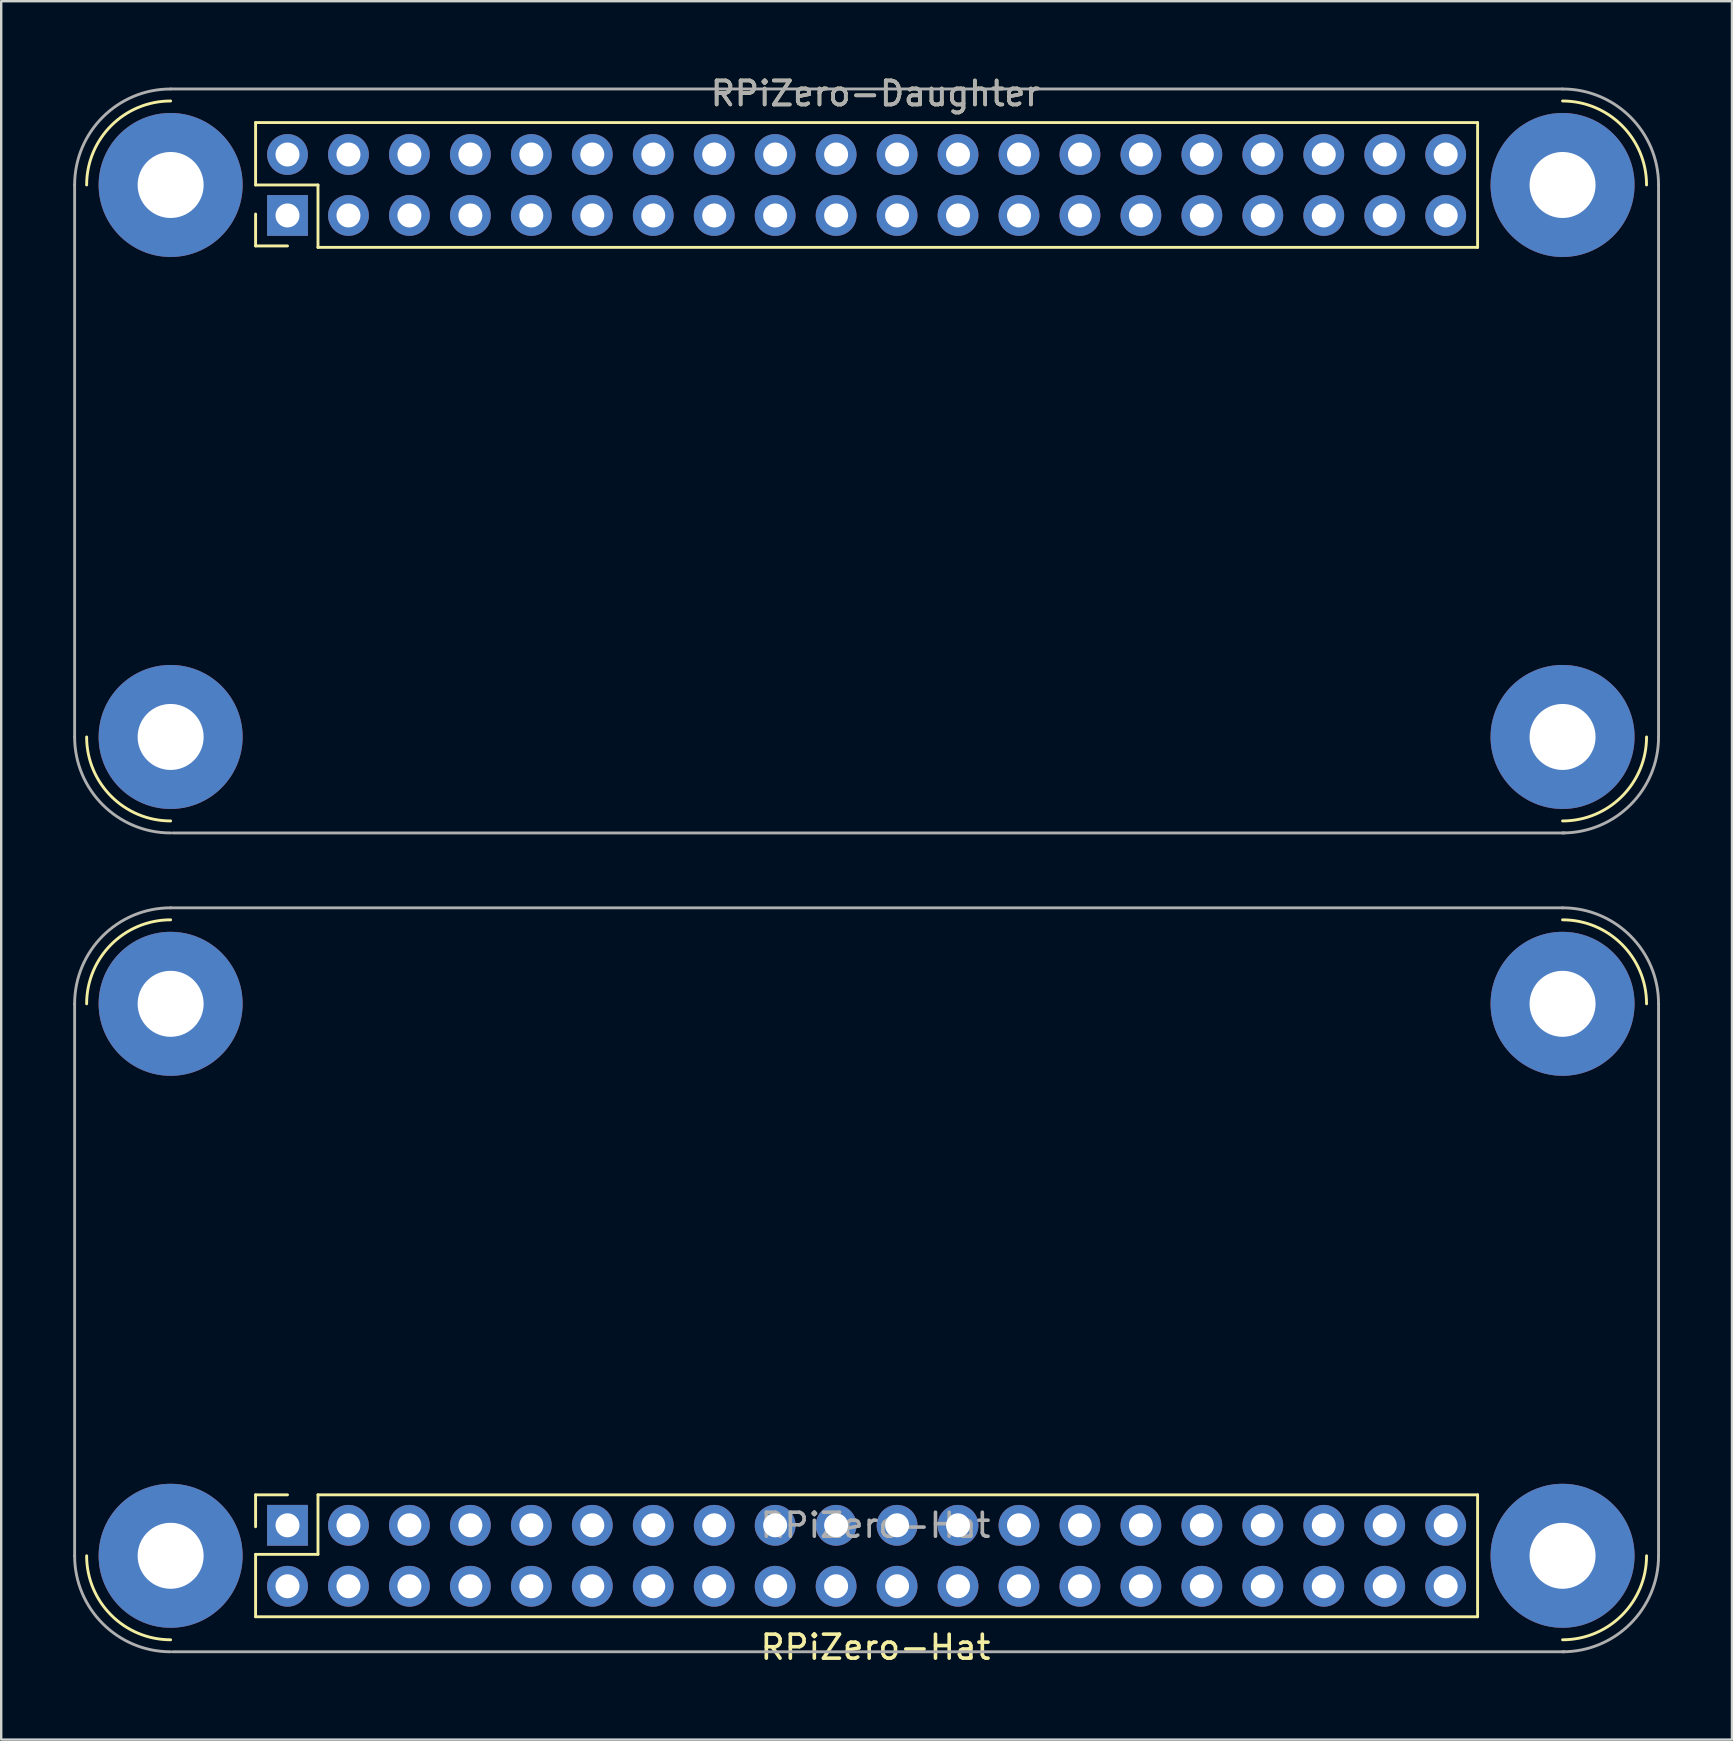
<source format=kicad_pcb>
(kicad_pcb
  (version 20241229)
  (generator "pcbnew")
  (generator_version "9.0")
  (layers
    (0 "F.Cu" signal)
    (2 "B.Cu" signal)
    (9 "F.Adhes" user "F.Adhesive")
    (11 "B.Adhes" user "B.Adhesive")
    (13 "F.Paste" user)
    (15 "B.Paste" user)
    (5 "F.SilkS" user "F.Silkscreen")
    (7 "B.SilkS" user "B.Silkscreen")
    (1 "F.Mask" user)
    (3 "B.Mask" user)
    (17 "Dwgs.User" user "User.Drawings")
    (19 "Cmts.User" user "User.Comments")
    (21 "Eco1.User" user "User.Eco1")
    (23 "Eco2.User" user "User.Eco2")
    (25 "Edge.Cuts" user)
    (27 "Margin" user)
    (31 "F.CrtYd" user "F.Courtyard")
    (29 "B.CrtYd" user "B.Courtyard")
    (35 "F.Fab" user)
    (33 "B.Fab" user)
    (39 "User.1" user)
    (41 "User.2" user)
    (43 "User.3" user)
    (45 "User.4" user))
  (footprint "RPiZero-Hat"
    (layer "F.Cu")
    (at 8.93 63.048)
    (property "Reference" "RPiZero-Hat" (at 24.5 2.54 180) (layer "F.SilkS") (effects (font (size 1 1) (thickness 0.15))))
    (attr through_hole)
    (fp_line (start -1.33 -3.81) (end 0 -3.81) (stroke (width 0.12) (type solid)) (layer "F.SilkS"))
    (fp_line (start -1.33 -2.48) (end -1.33 -3.81) (stroke (width 0.12) (type solid)) (layer "F.SilkS"))
    (fp_line (start -1.33 -1.33) (end 1.27 -1.33) (stroke (width 0.12) (type solid)) (layer "F.SilkS"))
    (fp_line (start -1.33 1.27) (end -1.33 -1.33) (stroke (width 0.12) (type solid)) (layer "F.SilkS"))
    (fp_line (start -1.33 1.27) (end 49.59 1.27) (stroke (width 0.12) (type solid)) (layer "F.SilkS"))
    (fp_line (start 1.27 -3.81) (end 49.59 -3.81) (stroke (width 0.12) (type solid)) (layer "F.SilkS"))
    (fp_line (start 1.27 -1.33) (end 1.27 -3.81) (stroke (width 0.12) (type solid)) (layer "F.SilkS"))
    (fp_line (start 49.59 1.27) (end 49.59 -3.81) (stroke (width 0.12) (type solid)) (layer "F.SilkS"))
    (fp_arc (start -8.37 -24.27) (mid -7.344874 -26.744874) (end -4.87 -27.77) (stroke (width 0.12) (type solid)) (layer "F.SilkS"))
    (fp_arc (start -4.87 2.23) (mid -7.344874 1.204874) (end -8.37 -1.27) (stroke (width 0.12) (type solid)) (layer "F.SilkS"))
    (fp_arc (start 53.13 -27.77) (mid 55.604874 -26.744874) (end 56.63 -24.27) (stroke (width 0.12) (type solid)) (layer "F.SilkS"))
    (fp_arc (start 56.63 -1.27) (mid 55.604874 1.204874) (end 53.13 2.23) (stroke (width 0.12) (type solid)) (layer "F.SilkS"))
    (fp_line (start -8.87 -1.27) (end -8.87 -24.27) (stroke (width 0.12) (type solid)) (layer "F.Fab"))
    (fp_line (start -4.87 -28.27) (end 53.13 -28.27) (stroke (width 0.12) (type solid)) (layer "F.Fab"))
    (fp_line (start 53.21 2.73) (end -4.79 2.73) (stroke (width 0.12) (type solid)) (layer "F.Fab"))
    (fp_line (start 57.13 -24.27) (end 57.13 -1.27) (stroke (width 0.12) (type solid)) (layer "F.Fab"))
    (fp_arc (start -8.87 -24.27) (mid -7.698427 -27.098427) (end -4.87 -28.27) (stroke (width 0.12) (type solid)) (layer "F.Fab"))
    (fp_arc (start -4.87 2.73) (mid -7.698427 1.558427) (end -8.87 -1.27) (stroke (width 0.12) (type solid)) (layer "F.Fab"))
    (fp_arc (start 53.13 -28.27) (mid 55.958427 -27.098427) (end 57.13 -24.27) (stroke (width 0.12) (type solid)) (layer "F.Fab"))
    (fp_arc (start 57.13 -1.27) (mid 55.958427 1.558427) (end 53.13 2.73) (stroke (width 0.12) (type solid)) (layer "F.Fab"))
    (fp_text user "${REFERENCE}" (at 24.5 -2.54 180) (layer "F.Fab") (effects (font (size 1 1) (thickness 0.15))))
    (pad "" np_thru_hole circle (at -4.87 -24.27) (size 6 6) (drill 2.75) (layers "*.Cu" "*.Mask"))
    (pad "" np_thru_hole circle (at -4.87 -1.27) (size 6 6) (drill 2.75) (layers "*.Cu" "*.Mask"))
    (pad "" np_thru_hole circle (at 53.13 -24.27) (size 6 6) (drill 2.75) (layers "*.Cu" "*.Mask"))
    (pad "" np_thru_hole circle (at 53.13 -1.27) (size 6 6) (drill 2.75) (layers "*.Cu" "*.Mask"))
    (pad "1" thru_hole rect (at 0 -2.54 90) (size 1.7 1.7) (drill 1) (layers "*.Cu" "*.Mask"))
    (pad "2" thru_hole oval (at 0 0 90) (size 1.7 1.7) (drill 1) (layers "*.Cu" "*.Mask"))
    (pad "3" thru_hole oval (at 2.54 -2.54 90) (size 1.7 1.7) (drill 1) (layers "*.Cu" "*.Mask"))
    (pad "4" thru_hole oval (at 2.54 0 90) (size 1.7 1.7) (drill 1) (layers "*.Cu" "*.Mask"))
    (pad "5" thru_hole oval (at 5.08 -2.54 90) (size 1.7 1.7) (drill 1) (layers "*.Cu" "*.Mask"))
    (pad "6" thru_hole oval (at 5.08 0 90) (size 1.7 1.7) (drill 1) (layers "*.Cu" "*.Mask"))
    (pad "7" thru_hole oval (at 7.62 -2.54 90) (size 1.7 1.7) (drill 1) (layers "*.Cu" "*.Mask"))
    (pad "8" thru_hole oval (at 7.62 0 90) (size 1.7 1.7) (drill 1) (layers "*.Cu" "*.Mask"))
    (pad "9" thru_hole oval (at 10.16 -2.54 90) (size 1.7 1.7) (drill 1) (layers "*.Cu" "*.Mask"))
    (pad "10" thru_hole oval (at 10.16 0 90) (size 1.7 1.7) (drill 1) (layers "*.Cu" "*.Mask"))
    (pad "11" thru_hole oval (at 12.7 -2.54 90) (size 1.7 1.7) (drill 1) (layers "*.Cu" "*.Mask"))
    (pad "12" thru_hole oval (at 12.7 0 90) (size 1.7 1.7) (drill 1) (layers "*.Cu" "*.Mask"))
    (pad "13" thru_hole oval (at 15.24 -2.54 90) (size 1.7 1.7) (drill 1) (layers "*.Cu" "*.Mask"))
    (pad "14" thru_hole oval (at 15.24 0 90) (size 1.7 1.7) (drill 1) (layers "*.Cu" "*.Mask"))
    (pad "15" thru_hole oval (at 17.78 -2.54 90) (size 1.7 1.7) (drill 1) (layers "*.Cu" "*.Mask"))
    (pad "16" thru_hole oval (at 17.78 0 90) (size 1.7 1.7) (drill 1) (layers "*.Cu" "*.Mask"))
    (pad "17" thru_hole oval (at 20.32 -2.54 90) (size 1.7 1.7) (drill 1) (layers "*.Cu" "*.Mask"))
    (pad "18" thru_hole oval (at 20.32 0 90) (size 1.7 1.7) (drill 1) (layers "*.Cu" "*.Mask"))
    (pad "19" thru_hole oval (at 22.86 -2.54 90) (size 1.7 1.7) (drill 1) (layers "*.Cu" "*.Mask"))
    (pad "20" thru_hole oval (at 22.86 0 90) (size 1.7 1.7) (drill 1) (layers "*.Cu" "*.Mask"))
    (pad "21" thru_hole oval (at 25.4 -2.54 90) (size 1.7 1.7) (drill 1) (layers "*.Cu" "*.Mask"))
    (pad "22" thru_hole oval (at 25.4 0 90) (size 1.7 1.7) (drill 1) (layers "*.Cu" "*.Mask"))
    (pad "23" thru_hole oval (at 27.94 -2.54 90) (size 1.7 1.7) (drill 1) (layers "*.Cu" "*.Mask"))
    (pad "24" thru_hole oval (at 27.94 0 90) (size 1.7 1.7) (drill 1) (layers "*.Cu" "*.Mask"))
    (pad "25" thru_hole oval (at 30.48 -2.54 90) (size 1.7 1.7) (drill 1) (layers "*.Cu" "*.Mask"))
    (pad "26" thru_hole oval (at 30.48 0 90) (size 1.7 1.7) (drill 1) (layers "*.Cu" "*.Mask"))
    (pad "27" thru_hole oval (at 33.02 -2.54 90) (size 1.7 1.7) (drill 1) (layers "*.Cu" "*.Mask"))
    (pad "28" thru_hole oval (at 33.02 0 90) (size 1.7 1.7) (drill 1) (layers "*.Cu" "*.Mask"))
    (pad "29" thru_hole oval (at 35.56 -2.54 90) (size 1.7 1.7) (drill 1) (layers "*.Cu" "*.Mask"))
    (pad "30" thru_hole oval (at 35.56 0 90) (size 1.7 1.7) (drill 1) (layers "*.Cu" "*.Mask"))
    (pad "31" thru_hole oval (at 38.1 -2.54 90) (size 1.7 1.7) (drill 1) (layers "*.Cu" "*.Mask"))
    (pad "32" thru_hole oval (at 38.1 0 90) (size 1.7 1.7) (drill 1) (layers "*.Cu" "*.Mask"))
    (pad "33" thru_hole oval (at 40.64 -2.54 90) (size 1.7 1.7) (drill 1) (layers "*.Cu" "*.Mask"))
    (pad "34" thru_hole oval (at 40.64 0 90) (size 1.7 1.7) (drill 1) (layers "*.Cu" "*.Mask"))
    (pad "35" thru_hole oval (at 43.18 -2.54 90) (size 1.7 1.7) (drill 1) (layers "*.Cu" "*.Mask"))
    (pad "36" thru_hole oval (at 43.18 0 90) (size 1.7 1.7) (drill 1) (layers "*.Cu" "*.Mask"))
    (pad "37" thru_hole oval (at 45.72 -2.54 90) (size 1.7 1.7) (drill 1) (layers "*.Cu" "*.Mask"))
    (pad "38" thru_hole oval (at 45.72 0 90) (size 1.7 1.7) (drill 1) (layers "*.Cu" "*.Mask"))
    (pad "39" thru_hole oval (at 48.26 -2.54 90) (size 1.7 1.7) (drill 1) (layers "*.Cu" "*.Mask"))
    (pad "40" thru_hole oval (at 48.26 0 90) (size 1.7 1.7) (drill 1) (layers "*.Cu" "*.Mask")))
  (footprint "RPiZero-Daughter"
    (layer "F.Cu")
    (at 8.93 5.928)
    (property "Reference" "RPiZero-Daughter" (at 24.5 -5.08 180) (layer "F.SilkS") (effects (font (size 1 1) (thickness 0.15))))
    (attr through_hole)
    (fp_line (start -1.33 -3.87) (end 49.59 -3.87) (stroke (width 0.12) (type solid)) (layer "F.SilkS"))
    (fp_line (start -1.33 -1.27) (end -1.33 -3.87) (stroke (width 0.12) (type solid)) (layer "F.SilkS"))
    (fp_line (start -1.33 -1.27) (end 1.27 -1.27) (stroke (width 0.12) (type solid)) (layer "F.SilkS"))
    (fp_line (start -1.33 1.27) (end -1.33 -0.06) (stroke (width 0.12) (type solid)) (layer "F.SilkS"))
    (fp_line (start -1.33 1.27) (end 0 1.27) (stroke (width 0.12) (type solid)) (layer "F.SilkS"))
    (fp_line (start 1.27 1.33) (end 1.27 -1.27) (stroke (width 0.12) (type solid)) (layer "F.SilkS"))
    (fp_line (start 1.27 1.33) (end 49.59 1.33) (stroke (width 0.12) (type solid)) (layer "F.SilkS"))
    (fp_line (start 49.59 1.33) (end 49.59 -3.87) (stroke (width 0.12) (type solid)) (layer "F.SilkS"))
    (fp_arc (start -8.37 -1.27) (mid -7.344874 -3.744874) (end -4.87 -4.77) (stroke (width 0.12) (type solid)) (layer "F.SilkS"))
    (fp_arc (start -4.87 25.23) (mid -7.344874 24.204874) (end -8.37 21.73) (stroke (width 0.12) (type solid)) (layer "F.SilkS"))
    (fp_arc (start 53.13 -4.77) (mid 55.604874 -3.744874) (end 56.63 -1.27) (stroke (width 0.12) (type solid)) (layer "F.SilkS"))
    (fp_arc (start 56.63 21.73) (mid 55.604874 24.204874) (end 53.13 25.23) (stroke (width 0.12) (type solid)) (layer "F.SilkS"))
    (fp_line (start -8.87 21.73) (end -8.87 -1.27) (stroke (width 0.12) (type solid)) (layer "F.Fab"))
    (fp_line (start -4.87 -5.27) (end 53.13 -5.27) (stroke (width 0.12) (type solid)) (layer "F.Fab"))
    (fp_line (start 53.21 25.73) (end -4.79 25.73) (stroke (width 0.12) (type solid)) (layer "F.Fab"))
    (fp_line (start 57.13 -1.27) (end 57.13 21.73) (stroke (width 0.12) (type solid)) (layer "F.Fab"))
    (fp_arc (start -8.87 -1.27) (mid -7.698427 -4.098427) (end -4.87 -5.27) (stroke (width 0.12) (type solid)) (layer "F.Fab"))
    (fp_arc (start -4.87 25.73) (mid -7.698427 24.558427) (end -8.87 21.73) (stroke (width 0.12) (type solid)) (layer "F.Fab"))
    (fp_arc (start 53.13 -5.27) (mid 55.958427 -4.098427) (end 57.13 -1.27) (stroke (width 0.12) (type solid)) (layer "F.Fab"))
    (fp_arc (start 57.13 21.73) (mid 55.958427 24.558427) (end 53.13 25.73) (stroke (width 0.12) (type solid)) (layer "F.Fab"))
    (fp_text user "${REFERENCE}" (at 24.5 -5.08 180) (layer "F.Fab") (effects (font (size 1 1) (thickness 0.15))))
    (pad "" np_thru_hole circle (at -4.87 -1.27) (size 6 6) (drill 2.75) (layers "*.Cu" "*.Mask"))
    (pad "" np_thru_hole circle (at -4.87 21.73) (size 6 6) (drill 2.75) (layers "*.Cu" "*.Mask"))
    (pad "" np_thru_hole circle (at 53.13 -1.27) (size 6 6) (drill 2.75) (layers "*.Cu" "*.Mask"))
    (pad "" np_thru_hole circle (at 53.13 21.73) (size 6 6) (drill 2.75) (layers "*.Cu" "*.Mask"))
    (pad "1" thru_hole rect (at 0 0 90) (size 1.7 1.7) (drill 1) (layers "*.Cu" "*.Mask"))
    (pad "2" thru_hole oval (at 0 -2.54 90) (size 1.7 1.7) (drill 1) (layers "*.Cu" "*.Mask"))
    (pad "3" thru_hole oval (at 2.54 0 90) (size 1.7 1.7) (drill 1) (layers "*.Cu" "*.Mask"))
    (pad "4" thru_hole oval (at 2.54 -2.54 90) (size 1.7 1.7) (drill 1) (layers "*.Cu" "*.Mask"))
    (pad "5" thru_hole oval (at 5.08 0 90) (size 1.7 1.7) (drill 1) (layers "*.Cu" "*.Mask"))
    (pad "6" thru_hole oval (at 5.08 -2.54 90) (size 1.7 1.7) (drill 1) (layers "*.Cu" "*.Mask"))
    (pad "7" thru_hole oval (at 7.62 0 90) (size 1.7 1.7) (drill 1) (layers "*.Cu" "*.Mask"))
    (pad "8" thru_hole oval (at 7.62 -2.54 90) (size 1.7 1.7) (drill 1) (layers "*.Cu" "*.Mask"))
    (pad "9" thru_hole oval (at 10.16 0 90) (size 1.7 1.7) (drill 1) (layers "*.Cu" "*.Mask"))
    (pad "10" thru_hole oval (at 10.16 -2.54 90) (size 1.7 1.7) (drill 1) (layers "*.Cu" "*.Mask"))
    (pad "11" thru_hole oval (at 12.7 0 90) (size 1.7 1.7) (drill 1) (layers "*.Cu" "*.Mask"))
    (pad "12" thru_hole oval (at 12.7 -2.54 90) (size 1.7 1.7) (drill 1) (layers "*.Cu" "*.Mask"))
    (pad "13" thru_hole oval (at 15.24 0 90) (size 1.7 1.7) (drill 1) (layers "*.Cu" "*.Mask"))
    (pad "14" thru_hole oval (at 15.24 -2.54 90) (size 1.7 1.7) (drill 1) (layers "*.Cu" "*.Mask"))
    (pad "15" thru_hole oval (at 17.78 0 90) (size 1.7 1.7) (drill 1) (layers "*.Cu" "*.Mask"))
    (pad "16" thru_hole oval (at 17.78 -2.54 90) (size 1.7 1.7) (drill 1) (layers "*.Cu" "*.Mask"))
    (pad "17" thru_hole oval (at 20.32 0 90) (size 1.7 1.7) (drill 1) (layers "*.Cu" "*.Mask"))
    (pad "18" thru_hole oval (at 20.32 -2.54 90) (size 1.7 1.7) (drill 1) (layers "*.Cu" "*.Mask"))
    (pad "19" thru_hole oval (at 22.86 0 90) (size 1.7 1.7) (drill 1) (layers "*.Cu" "*.Mask"))
    (pad "20" thru_hole oval (at 22.86 -2.54 90) (size 1.7 1.7) (drill 1) (layers "*.Cu" "*.Mask"))
    (pad "21" thru_hole oval (at 25.4 0 90) (size 1.7 1.7) (drill 1) (layers "*.Cu" "*.Mask"))
    (pad "22" thru_hole oval (at 25.4 -2.54 90) (size 1.7 1.7) (drill 1) (layers "*.Cu" "*.Mask"))
    (pad "23" thru_hole oval (at 27.94 0 90) (size 1.7 1.7) (drill 1) (layers "*.Cu" "*.Mask"))
    (pad "24" thru_hole oval (at 27.94 -2.54 90) (size 1.7 1.7) (drill 1) (layers "*.Cu" "*.Mask"))
    (pad "25" thru_hole oval (at 30.48 0 90) (size 1.7 1.7) (drill 1) (layers "*.Cu" "*.Mask"))
    (pad "26" thru_hole oval (at 30.48 -2.54 90) (size 1.7 1.7) (drill 1) (layers "*.Cu" "*.Mask"))
    (pad "27" thru_hole oval (at 33.02 0 90) (size 1.7 1.7) (drill 1) (layers "*.Cu" "*.Mask"))
    (pad "28" thru_hole oval (at 33.02 -2.54 90) (size 1.7 1.7) (drill 1) (layers "*.Cu" "*.Mask"))
    (pad "29" thru_hole oval (at 35.56 0 90) (size 1.7 1.7) (drill 1) (layers "*.Cu" "*.Mask"))
    (pad "30" thru_hole oval (at 35.56 -2.54 90) (size 1.7 1.7) (drill 1) (layers "*.Cu" "*.Mask"))
    (pad "31" thru_hole oval (at 38.1 0 90) (size 1.7 1.7) (drill 1) (layers "*.Cu" "*.Mask"))
    (pad "32" thru_hole oval (at 38.1 -2.54 90) (size 1.7 1.7) (drill 1) (layers "*.Cu" "*.Mask"))
    (pad "33" thru_hole oval (at 40.64 0 90) (size 1.7 1.7) (drill 1) (layers "*.Cu" "*.Mask"))
    (pad "34" thru_hole oval (at 40.64 -2.54 90) (size 1.7 1.7) (drill 1) (layers "*.Cu" "*.Mask"))
    (pad "35" thru_hole oval (at 43.18 0 90) (size 1.7 1.7) (drill 1) (layers "*.Cu" "*.Mask"))
    (pad "36" thru_hole oval (at 43.18 -2.54 90) (size 1.7 1.7) (drill 1) (layers "*.Cu" "*.Mask"))
    (pad "37" thru_hole oval (at 45.72 0 90) (size 1.7 1.7) (drill 1) (layers "*.Cu" "*.Mask"))
    (pad "38" thru_hole oval (at 45.72 -2.54 90) (size 1.7 1.7) (drill 1) (layers "*.Cu" "*.Mask"))
    (pad "39" thru_hole oval (at 48.26 0 90) (size 1.7 1.7) (drill 1) (layers "*.Cu" "*.Mask"))
    (pad "40" thru_hole oval (at 48.26 -2.54 90) (size 1.7 1.7) (drill 1) (layers "*.Cu" "*.Mask")))
  (gr_rect
    (start -3 -3)
    (end 69.12 69.436)
    (stroke (width 0.1) (type default))
    (fill no)
    (layer "Edge.Cuts")))
</source>
